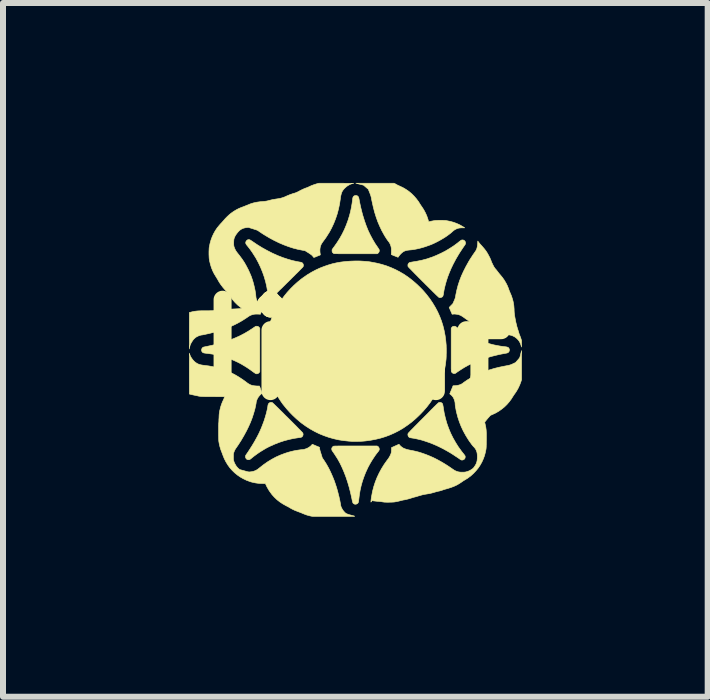
<source format=kicad_pcb>
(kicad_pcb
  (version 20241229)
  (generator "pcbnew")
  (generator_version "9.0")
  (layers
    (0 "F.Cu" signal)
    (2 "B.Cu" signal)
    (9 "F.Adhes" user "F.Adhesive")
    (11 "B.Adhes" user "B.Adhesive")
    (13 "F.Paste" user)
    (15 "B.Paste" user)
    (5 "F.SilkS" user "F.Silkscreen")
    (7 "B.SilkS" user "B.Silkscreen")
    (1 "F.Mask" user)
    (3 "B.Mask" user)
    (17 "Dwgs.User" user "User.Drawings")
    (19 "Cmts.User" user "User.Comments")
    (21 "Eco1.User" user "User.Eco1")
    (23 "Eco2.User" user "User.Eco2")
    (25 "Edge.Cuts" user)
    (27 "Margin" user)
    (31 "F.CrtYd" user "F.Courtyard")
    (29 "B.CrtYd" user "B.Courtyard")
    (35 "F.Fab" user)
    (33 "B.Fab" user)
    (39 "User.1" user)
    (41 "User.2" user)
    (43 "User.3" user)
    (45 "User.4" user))
  (footprint "light"
    (layer "F.Cu")
    (at 2.874 2.781)
    (property "Reference" "light" (at 0 0 0) (layer "F.SilkS") (effects (font (size 1.524 1.524) (thickness 0.3))))
    (attr through_hole)
    (fp_poly (pts (xy -1.629 -0.391) (xy -1.616 -0.385) (xy -1.605 -0.375) (xy -1.601 -0.37) (xy -1.593 -0.358) (xy -1.593 0.365) (xy -1.6 0.376) (xy -1.608 0.386) (xy -1.62 0.394) (xy -1.621 0.395) (xy -1.634 0.4) (xy -1.646 0.401) (xy -1.659 0.398) (xy -1.666 0.394) (xy -1.672 0.391) (xy -1.681 0.384) (xy -1.693 0.376) (xy -1.706 0.367) (xy -1.718 0.358) (xy -1.784 0.311) (xy -1.853 0.267) (xy -1.924 0.226) (xy -1.998 0.19) (xy -2.072 0.158) (xy -2.145 0.131) (xy -2.201 0.113) (xy -2.257 0.098) (xy -2.314 0.085) (xy -2.373 0.074) (xy -2.435 0.065) (xy -2.501 0.057) (xy -2.507 0.056) (xy -2.526 0.053) (xy -2.541 0.047) (xy -2.552 0.038) (xy -2.56 0.025) (xy -2.563 0.016) (xy -2.564 0.002) (xy -2.561 -0.011) (xy -2.556 -0.024) (xy -2.547 -0.035) (xy -2.537 -0.042) (xy -2.536 -0.043) (xy -2.531 -0.044) (xy -2.523 -0.046) (xy -2.51 -0.049) (xy -2.496 -0.052) (xy -2.48 -0.055) (xy -2.471 -0.057) (xy -2.371 -0.079) (xy -2.274 -0.103) (xy -2.182 -0.131) (xy -2.094 -0.161) (xy -2.009 -0.195) (xy -1.928 -0.231) (xy -1.851 -0.271) (xy -1.778 -0.314) (xy -1.73 -0.345) (xy -1.716 -0.354) (xy -1.703 -0.363) (xy -1.691 -0.371) (xy -1.681 -0.378) (xy -1.675 -0.382) (xy -1.667 -0.387) (xy -1.661 -0.391) (xy -1.654 -0.392) (xy -1.646 -0.392) (xy -1.645 -0.392) (xy -1.629 -0.391)) (stroke (width 0.01) (type solid)) (fill yes) (layer "F.SilkS"))
    (fp_poly (pts (xy 0.022 -2.57) (xy 0.033 -2.566) (xy 0.042 -2.559) (xy 0.049 -2.551) (xy 0.055 -2.539) (xy 0.059 -2.524) (xy 0.062 -2.51) (xy 0.068 -2.478) (xy 0.075 -2.442) (xy 0.083 -2.404) (xy 0.092 -2.364) (xy 0.102 -2.324) (xy 0.112 -2.285) (xy 0.122 -2.247) (xy 0.126 -2.234) (xy 0.153 -2.147) (xy 0.182 -2.065) (xy 0.214 -1.986) (xy 0.25 -1.911) (xy 0.288 -1.84) (xy 0.329 -1.771) (xy 0.37 -1.711) (xy 0.38 -1.696) (xy 0.387 -1.685) (xy 0.392 -1.677) (xy 0.396 -1.671) (xy 0.398 -1.666) (xy 0.399 -1.661) (xy 0.399 -1.656) (xy 0.399 -1.652) (xy 0.397 -1.636) (xy 0.39 -1.622) (xy 0.378 -1.61) (xy 0.376 -1.609) (xy 0.365 -1.601) (xy 0.008 -1.601) (xy -0.047 -1.601) (xy -0.098 -1.601) (xy -0.145 -1.601) (xy -0.187 -1.601) (xy -0.224 -1.601) (xy -0.257 -1.601) (xy -0.286 -1.601) (xy -0.309 -1.602) (xy -0.328 -1.602) (xy -0.342 -1.602) (xy -0.351 -1.603) (xy -0.355 -1.603) (xy -0.356 -1.603) (xy -0.367 -1.61) (xy -0.378 -1.62) (xy -0.384 -1.628) (xy -0.387 -1.638) (xy -0.388 -1.649) (xy -0.388 -1.66) (xy -0.387 -1.67) (xy -0.386 -1.672) (xy -0.383 -1.676) (xy -0.378 -1.683) (xy -0.372 -1.693) (xy -0.363 -1.704) (xy -0.358 -1.711) (xy -0.307 -1.783) (xy -0.261 -1.855) (xy -0.22 -1.928) (xy -0.183 -2.003) (xy -0.151 -2.079) (xy -0.122 -2.158) (xy -0.097 -2.239) (xy -0.093 -2.254) (xy -0.082 -2.297) (xy -0.072 -2.343) (xy -0.063 -2.39) (xy -0.055 -2.437) (xy -0.049 -2.481) (xy -0.047 -2.498) (xy -0.045 -2.517) (xy -0.042 -2.531) (xy -0.039 -2.543) (xy -0.034 -2.551) (xy -0.029 -2.558) (xy -0.021 -2.564) (xy -0.02 -2.565) (xy -0.007 -2.57) (xy 0.007 -2.572) (xy 0.022 -2.57)) (stroke (width 0.01) (type solid)) (fill yes) (layer "F.SilkS"))
    (fp_poly (pts (xy 1.655 -0.392) (xy 1.661 -0.391) (xy 1.667 -0.389) (xy 1.673 -0.386) (xy 1.681 -0.381) (xy 1.692 -0.373) (xy 1.705 -0.364) (xy 1.717 -0.354) (xy 1.785 -0.306) (xy 1.857 -0.261) (xy 1.931 -0.22) (xy 2.007 -0.183) (xy 2.086 -0.15) (xy 2.165 -0.122) (xy 2.196 -0.112) (xy 2.253 -0.096) (xy 2.307 -0.082) (xy 2.362 -0.071) (xy 2.417 -0.061) (xy 2.475 -0.053) (xy 2.493 -0.051) (xy 2.512 -0.049) (xy 2.526 -0.046) (xy 2.536 -0.043) (xy 2.544 -0.04) (xy 2.551 -0.036) (xy 2.556 -0.03) (xy 2.561 -0.023) (xy 2.567 -0.009) (xy 2.568 0.006) (xy 2.565 0.021) (xy 2.561 0.031) (xy 2.554 0.039) (xy 2.547 0.046) (xy 2.538 0.051) (xy 2.526 0.054) (xy 2.511 0.058) (xy 2.507 0.058) (xy 2.465 0.066) (xy 2.427 0.073) (xy 2.389 0.081) (xy 2.36 0.088) (xy 2.271 0.11) (xy 2.186 0.135) (xy 2.106 0.162) (xy 2.03 0.19) (xy 1.957 0.221) (xy 1.888 0.255) (xy 1.822 0.291) (xy 1.76 0.33) (xy 1.71 0.363) (xy 1.697 0.372) (xy 1.686 0.38) (xy 1.676 0.387) (xy 1.669 0.392) (xy 1.665 0.394) (xy 1.656 0.396) (xy 1.645 0.396) (xy 1.634 0.395) (xy 1.631 0.393) (xy 1.619 0.387) (xy 1.609 0.377) (xy 1.603 0.368) (xy 1.602 0.367) (xy 1.601 0.365) (xy 1.601 0.363) (xy 1.6 0.36) (xy 1.6 0.356) (xy 1.599 0.351) (xy 1.599 0.345) (xy 1.599 0.337) (xy 1.599 0.327) (xy 1.598 0.314) (xy 1.598 0.3) (xy 1.598 0.282) (xy 1.598 0.261) (xy 1.598 0.238) (xy 1.598 0.21) (xy 1.598 0.179) (xy 1.598 0.144) (xy 1.598 0.105) (xy 1.598 0.061) (xy 1.598 0.013) (xy 1.598 -0.358) (xy 1.606 -0.37) (xy 1.616 -0.382) (xy 1.629 -0.389) (xy 1.644 -0.392) (xy 1.649 -0.392) (xy 1.655 -0.392)) (stroke (width 0.01) (type solid)) (fill yes) (layer "F.SilkS"))
    (fp_poly (pts (xy -1.766 -1.835) (xy -1.757 -1.832) (xy -1.747 -1.826) (xy -1.734 -1.818) (xy -1.722 -1.81) (xy -1.638 -1.753) (xy -1.554 -1.701) (xy -1.469 -1.654) (xy -1.385 -1.611) (xy -1.301 -1.573) (xy -1.218 -1.54) (xy -1.134 -1.512) (xy -1.052 -1.488) (xy -0.97 -1.47) (xy -0.931 -1.463) (xy -0.914 -1.46) (xy -0.901 -1.457) (xy -0.891 -1.453) (xy -0.884 -1.448) (xy -0.878 -1.442) (xy -0.873 -1.435) (xy -0.868 -1.422) (xy -0.866 -1.407) (xy -0.868 -1.393) (xy -0.871 -1.385) (xy -0.874 -1.382) (xy -0.879 -1.375) (xy -0.888 -1.366) (xy -0.9 -1.354) (xy -0.915 -1.339) (xy -0.931 -1.322) (xy -0.95 -1.303) (xy -0.971 -1.282) (xy -0.994 -1.26) (xy -1.017 -1.236) (xy -1.042 -1.212) (xy -1.068 -1.186) (xy -1.094 -1.16) (xy -1.12 -1.134) (xy -1.147 -1.108) (xy -1.173 -1.082) (xy -1.199 -1.056) (xy -1.224 -1.031) (xy -1.249 -1.008) (xy -1.272 -0.985) (xy -1.293 -0.964) (xy -1.313 -0.945) (xy -1.331 -0.927) (xy -1.347 -0.912) (xy -1.36 -0.9) (xy -1.37 -0.89) (xy -1.378 -0.883) (xy -1.382 -0.88) (xy -1.382 -0.879) (xy -1.394 -0.875) (xy -1.407 -0.874) (xy -1.42 -0.876) (xy -1.422 -0.876) (xy -1.432 -0.882) (xy -1.442 -0.89) (xy -1.449 -0.9) (xy -1.451 -0.903) (xy -1.453 -0.909) (xy -1.455 -0.919) (xy -1.457 -0.931) (xy -1.459 -0.946) (xy -1.462 -0.961) (xy -1.476 -1.047) (xy -1.495 -1.131) (xy -1.519 -1.215) (xy -1.548 -1.297) (xy -1.581 -1.377) (xy -1.618 -1.455) (xy -1.659 -1.531) (xy -1.705 -1.603) (xy -1.72 -1.627) (xy -1.734 -1.646) (xy -1.748 -1.666) (xy -1.763 -1.686) (xy -1.778 -1.705) (xy -1.791 -1.722) (xy -1.803 -1.736) (xy -1.805 -1.739) (xy -1.816 -1.753) (xy -1.823 -1.765) (xy -1.827 -1.775) (xy -1.828 -1.785) (xy -1.826 -1.796) (xy -1.826 -1.797) (xy -1.821 -1.809) (xy -1.813 -1.82) (xy -1.802 -1.829) (xy -1.792 -1.834) (xy -1.783 -1.836) (xy -1.774 -1.836) (xy -1.766 -1.835)) (stroke (width 0.01) (type solid)) (fill yes) (layer "F.SilkS"))
    (fp_poly (pts (xy 0.372 1.609) (xy 0.384 1.618) (xy 0.393 1.631) (xy 0.398 1.646) (xy 0.398 1.652) (xy 0.399 1.66) (xy 0.398 1.667) (xy 0.396 1.673) (xy 0.393 1.68) (xy 0.387 1.689) (xy 0.378 1.7) (xy 0.371 1.709) (xy 0.337 1.753) (xy 0.304 1.802) (xy 0.271 1.853) (xy 0.24 1.906) (xy 0.211 1.96) (xy 0.203 1.977) (xy 0.17 2.049) (xy 0.142 2.121) (xy 0.117 2.194) (xy 0.096 2.269) (xy 0.079 2.346) (xy 0.066 2.426) (xy 0.056 2.508) (xy 0.055 2.522) (xy 0.052 2.535) (xy 0.049 2.546) (xy 0.047 2.549) (xy 0.038 2.561) (xy 0.026 2.569) (xy 0.012 2.574) (xy -0.002 2.575) (xy -0.017 2.572) (xy -0.02 2.57) (xy -0.027 2.566) (xy -0.032 2.562) (xy -0.037 2.558) (xy -0.04 2.552) (xy -0.044 2.544) (xy -0.047 2.534) (xy -0.05 2.521) (xy -0.054 2.504) (xy -0.058 2.482) (xy -0.058 2.482) (xy -0.079 2.387) (xy -0.102 2.296) (xy -0.128 2.207) (xy -0.156 2.123) (xy -0.187 2.042) (xy -0.22 1.965) (xy -0.255 1.892) (xy -0.287 1.834) (xy -0.295 1.82) (xy -0.305 1.804) (xy -0.316 1.787) (xy -0.328 1.769) (xy -0.339 1.751) (xy -0.351 1.734) (xy -0.361 1.718) (xy -0.37 1.706) (xy -0.375 1.699) (xy -0.383 1.687) (xy -0.389 1.678) (xy -0.392 1.669) (xy -0.393 1.66) (xy -0.394 1.654) (xy -0.393 1.644) (xy -0.391 1.637) (xy -0.387 1.629) (xy -0.385 1.627) (xy -0.378 1.618) (xy -0.37 1.611) (xy -0.367 1.609) (xy -0.366 1.609) (xy -0.364 1.608) (xy -0.362 1.607) (xy -0.359 1.607) (xy -0.356 1.606) (xy -0.351 1.606) (xy -0.345 1.606) (xy -0.338 1.605) (xy -0.328 1.605) (xy -0.316 1.605) (xy -0.302 1.605) (xy -0.286 1.604) (xy -0.266 1.604) (xy -0.243 1.604) (xy -0.217 1.604) (xy -0.187 1.604) (xy -0.153 1.604) (xy -0.115 1.604) (xy -0.073 1.604) (xy -0.025 1.604) (xy 0.362 1.604) (xy 0.372 1.609)) (stroke (width 0.01) (type solid)) (fill yes) (layer "F.SilkS"))
    (fp_poly (pts (xy -1.386 0.88) (xy -1.385 0.88) (xy -1.382 0.882) (xy -1.376 0.888) (xy -1.366 0.897) (xy -1.354 0.908) (xy -1.339 0.923) (xy -1.322 0.939) (xy -1.303 0.958) (xy -1.282 0.978) (xy -1.26 1) (xy -1.236 1.024) (xy -1.211 1.048) (xy -1.186 1.074) (xy -1.16 1.1) (xy -1.133 1.126) (xy -1.107 1.152) (xy -1.081 1.178) (xy -1.055 1.204) (xy -1.03 1.229) (xy -1.006 1.253) (xy -0.983 1.276) (xy -0.962 1.298) (xy -0.943 1.318) (xy -0.925 1.335) (xy -0.91 1.351) (xy -0.897 1.364) (xy -0.887 1.375) (xy -0.88 1.382) (xy -0.877 1.387) (xy -0.876 1.387) (xy -0.872 1.401) (xy -0.871 1.416) (xy -0.875 1.43) (xy -0.879 1.438) (xy -0.884 1.446) (xy -0.891 1.452) (xy -0.899 1.457) (xy -0.909 1.46) (xy -0.923 1.463) (xy -0.935 1.464) (xy -1.021 1.477) (xy -1.105 1.495) (xy -1.188 1.517) (xy -1.27 1.544) (xy -1.351 1.576) (xy -1.431 1.612) (xy -1.445 1.619) (xy -1.493 1.644) (xy -1.541 1.673) (xy -1.59 1.703) (xy -1.638 1.736) (xy -1.683 1.769) (xy -1.725 1.802) (xy -1.726 1.804) (xy -1.737 1.812) (xy -1.747 1.82) (xy -1.755 1.826) (xy -1.76 1.829) (xy -1.774 1.833) (xy -1.789 1.833) (xy -1.802 1.829) (xy -1.815 1.821) (xy -1.824 1.809) (xy -1.83 1.796) (xy -1.832 1.781) (xy -1.831 1.772) (xy -1.829 1.764) (xy -1.824 1.755) (xy -1.821 1.75) (xy -1.814 1.74) (xy -1.804 1.726) (xy -1.793 1.71) (xy -1.781 1.692) (xy -1.769 1.673) (xy -1.757 1.655) (xy -1.746 1.637) (xy -1.736 1.622) (xy -1.734 1.619) (xy -1.709 1.578) (xy -1.683 1.535) (xy -1.658 1.49) (xy -1.634 1.446) (xy -1.612 1.403) (xy -1.593 1.363) (xy -1.592 1.36) (xy -1.567 1.304) (xy -1.544 1.245) (xy -1.522 1.186) (xy -1.503 1.126) (xy -1.486 1.067) (xy -1.472 1.01) (xy -1.461 0.956) (xy -1.458 0.933) (xy -1.456 0.922) (xy -1.453 0.912) (xy -1.45 0.905) (xy -1.45 0.904) (xy -1.441 0.892) (xy -1.429 0.883) (xy -1.416 0.878) (xy -1.401 0.877) (xy -1.386 0.88)) (stroke (width 0.01) (type solid)) (fill yes) (layer "F.SilkS"))
    (fp_poly (pts (xy 1.424 0.879) (xy 1.438 0.885) (xy 1.448 0.894) (xy 1.454 0.902) (xy 1.456 0.907) (xy 1.458 0.916) (xy 1.46 0.928) (xy 1.463 0.943) (xy 1.466 0.96) (xy 1.467 0.97) (xy 1.482 1.058) (xy 1.502 1.144) (xy 1.526 1.228) (xy 1.555 1.309) (xy 1.588 1.389) (xy 1.627 1.468) (xy 1.67 1.544) (xy 1.717 1.619) (xy 1.77 1.692) (xy 1.796 1.725) (xy 1.806 1.737) (xy 1.814 1.748) (xy 1.821 1.757) (xy 1.826 1.764) (xy 1.828 1.767) (xy 1.831 1.776) (xy 1.831 1.787) (xy 1.83 1.799) (xy 1.827 1.809) (xy 1.826 1.812) (xy 1.816 1.824) (xy 1.805 1.832) (xy 1.791 1.837) (xy 1.777 1.839) (xy 1.764 1.836) (xy 1.759 1.834) (xy 1.751 1.829) (xy 1.742 1.823) (xy 1.736 1.819) (xy 1.727 1.812) (xy 1.713 1.803) (xy 1.697 1.792) (xy 1.679 1.78) (xy 1.66 1.768) (xy 1.641 1.755) (xy 1.623 1.743) (xy 1.605 1.732) (xy 1.591 1.723) (xy 1.521 1.682) (xy 1.449 1.643) (xy 1.378 1.608) (xy 1.306 1.576) (xy 1.235 1.548) (xy 1.165 1.524) (xy 1.097 1.503) (xy 1.03 1.487) (xy 0.965 1.474) (xy 0.955 1.473) (xy 0.938 1.47) (xy 0.924 1.468) (xy 0.914 1.466) (xy 0.907 1.464) (xy 0.901 1.461) (xy 0.897 1.458) (xy 0.894 1.456) (xy 0.885 1.446) (xy 0.879 1.432) (xy 0.876 1.418) (xy 0.877 1.404) (xy 0.88 1.394) (xy 0.883 1.39) (xy 0.889 1.384) (xy 0.897 1.375) (xy 0.909 1.363) (xy 0.922 1.348) (xy 0.938 1.332) (xy 0.955 1.315) (xy 0.974 1.296) (xy 0.993 1.276) (xy 0.994 1.275) (xy 1.015 1.254) (xy 1.039 1.23) (xy 1.065 1.203) (xy 1.093 1.175) (xy 1.122 1.146) (xy 1.152 1.116) (xy 1.181 1.087) (xy 1.209 1.059) (xy 1.235 1.032) (xy 1.244 1.023) (xy 1.269 0.997) (xy 1.292 0.975) (xy 1.311 0.955) (xy 1.328 0.939) (xy 1.342 0.925) (xy 1.354 0.913) (xy 1.364 0.904) (xy 1.372 0.896) (xy 1.378 0.891) (xy 1.383 0.886) (xy 1.387 0.883) (xy 1.39 0.881) (xy 1.393 0.88) (xy 1.395 0.879) (xy 1.396 0.879) (xy 1.41 0.877) (xy 1.424 0.879)) (stroke (width 0.01) (type solid)) (fill yes) (layer "F.SilkS"))
    (fp_poly (pts (xy 1.798 -1.83) (xy 1.812 -1.824) (xy 1.824 -1.814) (xy 1.828 -1.808) (xy 1.833 -1.8) (xy 1.835 -1.793) (xy 1.836 -1.784) (xy 1.836 -1.779) (xy 1.836 -1.772) (xy 1.836 -1.766) (xy 1.834 -1.761) (xy 1.83 -1.755) (xy 1.825 -1.746) (xy 1.82 -1.739) (xy 1.79 -1.696) (xy 1.763 -1.655) (xy 1.738 -1.617) (xy 1.715 -1.579) (xy 1.693 -1.542) (xy 1.671 -1.504) (xy 1.667 -1.496) (xy 1.63 -1.426) (xy 1.596 -1.355) (xy 1.566 -1.284) (xy 1.539 -1.214) (xy 1.516 -1.143) (xy 1.497 -1.074) (xy 1.481 -1.007) (xy 1.473 -0.96) (xy 1.47 -0.939) (xy 1.467 -0.922) (xy 1.464 -0.909) (xy 1.461 -0.9) (xy 1.458 -0.892) (xy 1.454 -0.887) (xy 1.45 -0.883) (xy 1.444 -0.879) (xy 1.438 -0.876) (xy 1.423 -0.87) (xy 1.408 -0.869) (xy 1.394 -0.873) (xy 1.393 -0.874) (xy 1.39 -0.876) (xy 1.384 -0.882) (xy 1.374 -0.891) (xy 1.362 -0.902) (xy 1.347 -0.916) (xy 1.33 -0.933) (xy 1.311 -0.952) (xy 1.29 -0.972) (xy 1.268 -0.995) (xy 1.244 -1.018) (xy 1.219 -1.043) (xy 1.194 -1.068) (xy 1.167 -1.094) (xy 1.141 -1.121) (xy 1.114 -1.147) (xy 1.088 -1.174) (xy 1.062 -1.199) (xy 1.037 -1.225) (xy 1.013 -1.249) (xy 0.99 -1.272) (xy 0.969 -1.294) (xy 0.949 -1.314) (xy 0.931 -1.333) (xy 0.915 -1.349) (xy 0.902 -1.362) (xy 0.892 -1.373) (xy 0.884 -1.381) (xy 0.88 -1.386) (xy 0.879 -1.388) (xy 0.877 -1.394) (xy 0.877 -1.403) (xy 0.876 -1.41) (xy 0.877 -1.419) (xy 0.879 -1.427) (xy 0.884 -1.435) (xy 0.885 -1.437) (xy 0.891 -1.444) (xy 0.898 -1.451) (xy 0.902 -1.453) (xy 0.907 -1.455) (xy 0.917 -1.457) (xy 0.929 -1.46) (xy 0.943 -1.462) (xy 0.947 -1.463) (xy 1.032 -1.477) (xy 1.114 -1.494) (xy 1.193 -1.515) (xy 1.269 -1.541) (xy 1.344 -1.57) (xy 1.418 -1.604) (xy 1.435 -1.612) (xy 1.508 -1.65) (xy 1.576 -1.691) (xy 1.641 -1.733) (xy 1.702 -1.778) (xy 1.725 -1.797) (xy 1.739 -1.808) (xy 1.75 -1.816) (xy 1.758 -1.822) (xy 1.764 -1.826) (xy 1.769 -1.828) (xy 1.774 -1.83) (xy 1.78 -1.831) (xy 1.783 -1.831) (xy 1.798 -1.83)) (stroke (width 0.01) (type solid)) (fill yes) (layer "F.SilkS"))
    (fp_poly (pts (xy 0.661 -2.768) (xy 0.672 -2.763) (xy 0.684 -2.756) (xy 0.694 -2.75) (xy 0.704 -2.745) (xy 0.716 -2.739) (xy 0.73 -2.733) (xy 0.738 -2.729) (xy 0.792 -2.704) (xy 0.843 -2.674) (xy 0.891 -2.641) (xy 0.937 -2.603) (xy 0.979 -2.561) (xy 1.018 -2.516) (xy 1.054 -2.468) (xy 1.072 -2.438) (xy 1.081 -2.424) (xy 1.091 -2.409) (xy 1.101 -2.394) (xy 1.107 -2.386) (xy 1.139 -2.337) (xy 1.167 -2.285) (xy 1.191 -2.232) (xy 1.21 -2.177) (xy 1.219 -2.144) (xy 1.221 -2.137) (xy 1.223 -2.135) (xy 1.227 -2.134) (xy 1.229 -2.135) (xy 1.247 -2.139) (xy 1.268 -2.144) (xy 1.29 -2.148) (xy 1.31 -2.152) (xy 1.317 -2.153) (xy 1.332 -2.155) (xy 1.35 -2.156) (xy 1.372 -2.157) (xy 1.396 -2.158) (xy 1.42 -2.158) (xy 1.445 -2.158) (xy 1.468 -2.157) (xy 1.489 -2.156) (xy 1.507 -2.155) (xy 1.518 -2.153) (xy 1.579 -2.141) (xy 1.638 -2.125) (xy 1.694 -2.104) (xy 1.747 -2.079) (xy 1.797 -2.05) (xy 1.8 -2.048) (xy 1.823 -2.033) (xy 1.785 -2.033) (xy 1.752 -2.032) (xy 1.724 -2.028) (xy 1.698 -2.021) (xy 1.674 -2.01) (xy 1.651 -1.997) (xy 1.628 -1.979) (xy 1.619 -1.971) (xy 1.592 -1.947) (xy 1.561 -1.923) (xy 1.527 -1.898) (xy 1.49 -1.873) (xy 1.45 -1.849) (xy 1.409 -1.825) (xy 1.368 -1.803) (xy 1.326 -1.782) (xy 1.285 -1.763) (xy 1.251 -1.749) (xy 1.206 -1.733) (xy 1.16 -1.717) (xy 1.114 -1.703) (xy 1.069 -1.691) (xy 1.025 -1.681) (xy 0.983 -1.673) (xy 0.944 -1.667) (xy 0.91 -1.664) (xy 0.883 -1.661) (xy 0.861 -1.658) (xy 0.841 -1.653) (xy 0.824 -1.647) (xy 0.807 -1.639) (xy 0.794 -1.631) (xy 0.774 -1.615) (xy 0.754 -1.596) (xy 0.736 -1.575) (xy 0.727 -1.563) (xy 0.721 -1.554) (xy 0.716 -1.547) (xy 0.712 -1.543) (xy 0.711 -1.542) (xy 0.709 -1.543) (xy 0.702 -1.546) (xy 0.692 -1.55) (xy 0.679 -1.555) (xy 0.664 -1.561) (xy 0.654 -1.565) (xy 0.638 -1.571) (xy 0.624 -1.577) (xy 0.613 -1.582) (xy 0.604 -1.586) (xy 0.6 -1.589) (xy 0.599 -1.59) (xy 0.6 -1.597) (xy 0.6 -1.607) (xy 0.601 -1.621) (xy 0.601 -1.636) (xy 0.601 -1.652) (xy 0.601 -1.667) (xy 0.601 -1.68) (xy 0.6 -1.691) (xy 0.6 -1.694) (xy 0.595 -1.719) (xy 0.588 -1.743) (xy 0.579 -1.765) (xy 0.568 -1.785) (xy 0.557 -1.801) (xy 0.554 -1.805) (xy 0.548 -1.812) (xy 0.539 -1.824) (xy 0.529 -1.838) (xy 0.518 -1.854) (xy 0.507 -1.872) (xy 0.495 -1.89) (xy 0.484 -1.909) (xy 0.477 -1.921) (xy 0.44 -1.988) (xy 0.406 -2.06) (xy 0.374 -2.135) (xy 0.346 -2.214) (xy 0.32 -2.297) (xy 0.298 -2.384) (xy 0.278 -2.474) (xy 0.27 -2.512) (xy 0.268 -2.528) (xy 0.265 -2.541) (xy 0.262 -2.552) (xy 0.259 -2.563) (xy 0.256 -2.574) (xy 0.251 -2.586) (xy 0.246 -2.601) (xy 0.239 -2.619) (xy 0.216 -2.676) (xy 0.176 -2.71) (xy 0.137 -2.744) (xy 0.073 -2.76) (xy 0.009 -2.776) (xy 0.645 -2.776) (xy 0.661 -2.768)) (stroke (width 0.01) (type solid)) (fill yes) (layer "F.SilkS"))
    (fp_poly (pts (xy 0.068 -1.48) (xy 0.088 -1.479) (xy 0.121 -1.477) (xy 0.149 -1.475) (xy 0.176 -1.473) (xy 0.201 -1.471) (xy 0.226 -1.468) (xy 0.253 -1.464) (xy 0.268 -1.461) (xy 0.353 -1.445) (xy 0.435 -1.425) (xy 0.516 -1.4) (xy 0.594 -1.37) (xy 0.67 -1.336) (xy 0.744 -1.297) (xy 0.817 -1.254) (xy 0.888 -1.205) (xy 0.923 -1.178) (xy 0.963 -1.146) (xy 1.005 -1.11) (xy 1.046 -1.072) (xy 1.086 -1.033) (xy 1.125 -0.993) (xy 1.16 -0.953) (xy 1.186 -0.922) (xy 1.24 -0.852) (xy 1.288 -0.781) (xy 1.332 -0.708) (xy 1.372 -0.633) (xy 1.406 -0.557) (xy 1.436 -0.479) (xy 1.461 -0.399) (xy 1.481 -0.317) (xy 1.497 -0.233) (xy 1.508 -0.147) (xy 1.514 -0.082) (xy 1.515 -0.066) (xy 1.515 -0.046) (xy 1.516 -0.023) (xy 1.516 0.002) (xy 1.516 0.028) (xy 1.516 0.054) (xy 1.515 0.08) (xy 1.515 0.105) (xy 1.514 0.127) (xy 1.513 0.147) (xy 1.512 0.162) (xy 1.511 0.168) (xy 1.503 0.238) (xy 1.492 0.305) (xy 1.48 0.368) (xy 1.464 0.43) (xy 1.446 0.49) (xy 1.433 0.53) (xy 1.404 0.603) (xy 1.371 0.676) (xy 1.333 0.748) (xy 1.29 0.818) (xy 1.243 0.887) (xy 1.192 0.953) (xy 1.136 1.018) (xy 1.077 1.08) (xy 1.014 1.14) (xy 1.001 1.152) (xy 0.934 1.209) (xy 0.865 1.26) (xy 0.796 1.307) (xy 0.725 1.349) (xy 0.652 1.386) (xy 0.578 1.419) (xy 0.501 1.448) (xy 0.423 1.472) (xy 0.341 1.492) (xy 0.257 1.508) (xy 0.17 1.52) (xy 0.137 1.523) (xy 0.124 1.524) (xy 0.108 1.525) (xy 0.089 1.526) (xy 0.068 1.526) (xy 0.047 1.527) (xy 0.025 1.528) (xy 0.004 1.528) (xy -0.015 1.528) (xy -0.031 1.528) (xy -0.045 1.528) (xy -0.053 1.528) (xy -0.06 1.527) (xy -0.07 1.526) (xy -0.083 1.525) (xy -0.098 1.524) (xy -0.103 1.524) (xy -0.19 1.515) (xy -0.276 1.502) (xy -0.36 1.483) (xy -0.442 1.46) (xy -0.522 1.432) (xy -0.601 1.4) (xy -0.678 1.362) (xy -0.753 1.32) (xy -0.825 1.274) (xy -0.896 1.223) (xy -0.921 1.203) (xy -0.98 1.153) (xy -1.037 1.1) (xy -1.092 1.044) (xy -1.144 0.986) (xy -1.192 0.927) (xy -1.209 0.906) (xy -1.242 0.859) (xy -1.272 0.813) (xy -1.3 0.768) (xy -1.326 0.72) (xy -1.348 0.677) (xy -1.376 0.617) (xy -1.4 0.556) (xy -1.421 0.496) (xy -1.44 0.435) (xy -1.455 0.372) (xy -1.468 0.306) (xy -1.479 0.237) (xy -1.485 0.184) (xy -1.486 0.17) (xy -1.487 0.151) (xy -1.488 0.129) (xy -1.489 0.104) (xy -1.489 0.077) (xy -1.49 0.049) (xy -1.49 0.02) (xy -1.49 -0.009) (xy -1.49 -0.036) (xy -1.489 -0.062) (xy -1.488 -0.085) (xy -1.488 -0.105) (xy -1.487 -0.121) (xy -1.486 -0.123) (xy -1.478 -0.2) (xy -1.466 -0.274) (xy -1.451 -0.345) (xy -1.433 -0.414) (xy -1.411 -0.482) (xy -1.385 -0.55) (xy -1.356 -0.618) (xy -1.351 -0.628) (xy -1.317 -0.696) (xy -1.278 -0.763) (xy -1.234 -0.829) (xy -1.187 -0.894) (xy -1.136 -0.957) (xy -1.081 -1.017) (xy -1.023 -1.075) (xy -0.963 -1.129) (xy -0.9 -1.18) (xy -0.867 -1.204) (xy -0.801 -1.25) (xy -0.733 -1.291) (xy -0.664 -1.328) (xy -0.593 -1.361) (xy -0.519 -1.39) (xy -0.452 -1.413) (xy -0.385 -1.433) (xy -0.315 -1.449) (xy -0.242 -1.462) (xy -0.167 -1.471) (xy -0.089 -1.477) (xy -0.011 -1.48) (xy 0.068 -1.48)) (stroke (width 0.01) (type solid)) (fill yes) (layer "F.SilkS"))
    (fp_poly (pts (xy 2.061 -1.786) (xy 2.071 -1.773) (xy 2.083 -1.759) (xy 2.096 -1.745) (xy 2.107 -1.733) (xy 2.132 -1.704) (xy 2.155 -1.677) (xy 2.176 -1.649) (xy 2.191 -1.627) (xy 2.203 -1.607) (xy 2.216 -1.584) (xy 2.229 -1.559) (xy 2.242 -1.535) (xy 2.252 -1.511) (xy 2.261 -1.49) (xy 2.262 -1.487) (xy 2.268 -1.47) (xy 2.276 -1.451) (xy 2.286 -1.431) (xy 2.295 -1.412) (xy 2.304 -1.395) (xy 2.312 -1.38) (xy 2.314 -1.378) (xy 2.321 -1.367) (xy 2.33 -1.355) (xy 2.338 -1.345) (xy 2.346 -1.337) (xy 2.354 -1.326) (xy 2.364 -1.314) (xy 2.37 -1.305) (xy 2.38 -1.293) (xy 2.391 -1.278) (xy 2.403 -1.264) (xy 2.413 -1.252) (xy 2.451 -1.206) (xy 2.484 -1.159) (xy 2.512 -1.111) (xy 2.518 -1.1) (xy 2.526 -1.084) (xy 2.533 -1.07) (xy 2.539 -1.056) (xy 2.545 -1.041) (xy 2.552 -1.024) (xy 2.559 -1.003) (xy 2.565 -0.987) (xy 2.572 -0.97) (xy 2.579 -0.953) (xy 2.585 -0.939) (xy 2.586 -0.937) (xy 2.596 -0.914) (xy 2.606 -0.887) (xy 2.615 -0.859) (xy 2.623 -0.832) (xy 2.63 -0.806) (xy 2.63 -0.805) (xy 2.635 -0.781) (xy 2.639 -0.758) (xy 2.642 -0.736) (xy 2.644 -0.713) (xy 2.646 -0.687) (xy 2.647 -0.666) (xy 2.647 -0.65) (xy 2.648 -0.635) (xy 2.649 -0.623) (xy 2.649 -0.614) (xy 2.65 -0.609) (xy 2.65 -0.608) (xy 2.651 -0.605) (xy 2.652 -0.597) (xy 2.653 -0.588) (xy 2.654 -0.579) (xy 2.656 -0.564) (xy 2.659 -0.547) (xy 2.662 -0.53) (xy 2.663 -0.524) (xy 2.666 -0.51) (xy 2.669 -0.495) (xy 2.671 -0.482) (xy 2.672 -0.476) (xy 2.675 -0.463) (xy 2.678 -0.449) (xy 2.681 -0.437) (xy 2.684 -0.426) (xy 2.688 -0.412) (xy 2.691 -0.397) (xy 2.692 -0.392) (xy 2.695 -0.38) (xy 2.7 -0.365) (xy 2.705 -0.349) (xy 2.71 -0.333) (xy 2.71 -0.331) (xy 2.715 -0.318) (xy 2.719 -0.304) (xy 2.723 -0.292) (xy 2.725 -0.284) (xy 2.725 -0.282) (xy 2.728 -0.274) (xy 2.732 -0.262) (xy 2.736 -0.25) (xy 2.74 -0.242) (xy 2.745 -0.229) (xy 2.751 -0.213) (xy 2.757 -0.197) (xy 2.761 -0.184) (xy 2.771 -0.152) (xy 2.771 -0.093) (xy 2.77 -0.074) (xy 2.77 -0.06) (xy 2.769 -0.051) (xy 2.769 -0.046) (xy 2.768 -0.046) (xy 2.768 -0.049) (xy 2.761 -0.079) (xy 2.75 -0.108) (xy 2.735 -0.137) (xy 2.716 -0.163) (xy 2.693 -0.187) (xy 2.681 -0.197) (xy 2.655 -0.216) (xy 2.627 -0.23) (xy 2.597 -0.241) (xy 2.564 -0.248) (xy 2.54 -0.251) (xy 2.482 -0.258) (xy 2.422 -0.268) (xy 2.362 -0.28) (xy 2.301 -0.295) (xy 2.243 -0.312) (xy 2.221 -0.319) (xy 2.148 -0.345) (xy 2.078 -0.376) (xy 2.008 -0.41) (xy 1.94 -0.449) (xy 1.873 -0.493) (xy 1.824 -0.528) (xy 1.806 -0.541) (xy 1.791 -0.551) (xy 1.779 -0.559) (xy 1.769 -0.565) (xy 1.76 -0.571) (xy 1.75 -0.575) (xy 1.742 -0.578) (xy 1.721 -0.586) (xy 1.697 -0.591) (xy 1.673 -0.594) (xy 1.65 -0.596) (xy 1.629 -0.594) (xy 1.625 -0.594) (xy 1.614 -0.592) (xy 1.564 -0.706) (xy 1.625 -0.768) (xy 1.643 -0.808) (xy 1.65 -0.824) (xy 1.656 -0.837) (xy 1.66 -0.849) (xy 1.664 -0.86) (xy 1.667 -0.872) (xy 1.67 -0.885) (xy 1.673 -0.902) (xy 1.676 -0.921) (xy 1.692 -0.996) (xy 1.712 -1.073) (xy 1.737 -1.15) (xy 1.767 -1.228) (xy 1.803 -1.307) (xy 1.843 -1.386) (xy 1.888 -1.467) (xy 1.907 -1.499) (xy 1.918 -1.516) (xy 1.93 -1.535) (xy 1.943 -1.554) (xy 1.955 -1.574) (xy 1.968 -1.592) (xy 1.979 -1.608) (xy 1.988 -1.621) (xy 1.995 -1.631) (xy 2.011 -1.655) (xy 2.024 -1.683) (xy 2.032 -1.714) (xy 2.038 -1.75) (xy 2.039 -1.773) (xy 2.041 -1.812) (xy 2.061 -1.786)) (stroke (width 0.01) (type solid)) (fill yes) (layer "F.SilkS"))
    (fp_poly (pts (xy 2.771 0.256) (xy 2.771 0.498) (xy 2.761 0.53) (xy 2.741 0.584) (xy 2.717 0.636) (xy 2.689 0.686) (xy 2.659 0.731) (xy 2.653 0.739) (xy 2.645 0.75) (xy 2.638 0.761) (xy 2.632 0.771) (xy 2.631 0.771) (xy 2.6 0.821) (xy 2.565 0.868) (xy 2.527 0.912) (xy 2.485 0.953) (xy 2.439 0.99) (xy 2.391 1.024) (xy 2.341 1.053) (xy 2.288 1.078) (xy 2.281 1.081) (xy 2.267 1.087) (xy 2.256 1.092) (xy 2.25 1.097) (xy 2.245 1.101) (xy 2.241 1.106) (xy 2.235 1.113) (xy 2.226 1.123) (xy 2.217 1.133) (xy 2.216 1.134) (xy 2.208 1.143) (xy 2.199 1.154) (xy 2.189 1.166) (xy 2.18 1.177) (xy 2.171 1.188) (xy 2.164 1.197) (xy 2.159 1.205) (xy 2.157 1.209) (xy 2.156 1.209) (xy 2.157 1.212) (xy 2.159 1.219) (xy 2.161 1.229) (xy 2.164 1.241) (xy 2.164 1.242) (xy 2.168 1.261) (xy 2.172 1.277) (xy 2.175 1.293) (xy 2.177 1.308) (xy 2.179 1.323) (xy 2.181 1.339) (xy 2.182 1.357) (xy 2.183 1.376) (xy 2.184 1.398) (xy 2.184 1.423) (xy 2.184 1.452) (xy 2.184 1.485) (xy 2.184 1.5) (xy 2.183 1.531) (xy 2.183 1.557) (xy 2.183 1.579) (xy 2.182 1.598) (xy 2.182 1.614) (xy 2.181 1.629) (xy 2.18 1.641) (xy 2.179 1.653) (xy 2.177 1.664) (xy 2.175 1.675) (xy 2.172 1.688) (xy 2.169 1.701) (xy 2.168 1.709) (xy 2.153 1.766) (xy 2.133 1.82) (xy 2.109 1.873) (xy 2.08 1.924) (xy 2.048 1.972) (xy 2.011 2.017) (xy 1.971 2.06) (xy 1.928 2.099) (xy 1.882 2.134) (xy 1.833 2.166) (xy 1.82 2.173) (xy 1.811 2.178) (xy 1.799 2.186) (xy 1.787 2.194) (xy 1.776 2.202) (xy 1.734 2.23) (xy 1.693 2.254) (xy 1.65 2.274) (xy 1.604 2.292) (xy 1.555 2.308) (xy 1.534 2.314) (xy 1.518 2.319) (xy 1.499 2.324) (xy 1.479 2.33) (xy 1.461 2.336) (xy 1.457 2.338) (xy 1.44 2.343) (xy 1.422 2.349) (xy 1.404 2.354) (xy 1.389 2.357) (xy 1.384 2.358) (xy 1.369 2.362) (xy 1.352 2.366) (xy 1.334 2.371) (xy 1.317 2.376) (xy 1.316 2.376) (xy 1.275 2.388) (xy 1.237 2.397) (xy 1.2 2.403) (xy 1.194 2.404) (xy 1.157 2.41) (xy 1.118 2.418) (xy 1.08 2.429) (xy 1.055 2.436) (xy 1.039 2.441) (xy 1.022 2.446) (xy 1.006 2.451) (xy 0.992 2.454) (xy 0.989 2.455) (xy 0.975 2.459) (xy 0.959 2.463) (xy 0.942 2.469) (xy 0.928 2.473) (xy 0.889 2.485) (xy 0.85 2.495) (xy 0.812 2.503) (xy 0.808 2.503) (xy 0.794 2.506) (xy 0.78 2.509) (xy 0.767 2.512) (xy 0.762 2.513) (xy 0.745 2.518) (xy 0.725 2.523) (xy 0.703 2.528) (xy 0.681 2.532) (xy 0.661 2.536) (xy 0.659 2.536) (xy 0.648 2.538) (xy 0.633 2.539) (xy 0.615 2.54) (xy 0.594 2.541) (xy 0.573 2.541) (xy 0.551 2.542) (xy 0.53 2.542) (xy 0.511 2.541) (xy 0.495 2.541) (xy 0.483 2.54) (xy 0.48 2.54) (xy 0.468 2.538) (xy 0.454 2.536) (xy 0.44 2.534) (xy 0.439 2.533) (xy 0.429 2.532) (xy 0.415 2.53) (xy 0.399 2.529) (xy 0.383 2.527) (xy 0.38 2.527) (xy 0.362 2.526) (xy 0.344 2.524) (xy 0.326 2.522) (xy 0.309 2.52) (xy 0.294 2.518) (xy 0.284 2.516) (xy 0.283 2.516) (xy 0.279 2.516) (xy 0.276 2.518) (xy 0.271 2.524) (xy 0.269 2.527) (xy 0.265 2.534) (xy 0.261 2.538) (xy 0.26 2.539) (xy 0.259 2.536) (xy 0.26 2.528) (xy 0.261 2.518) (xy 0.262 2.504) (xy 0.264 2.488) (xy 0.266 2.471) (xy 0.269 2.454) (xy 0.271 2.443) (xy 0.286 2.362) (xy 0.307 2.282) (xy 0.332 2.205) (xy 0.362 2.129) (xy 0.397 2.055) (xy 0.436 1.983) (xy 0.48 1.912) (xy 0.529 1.843) (xy 0.533 1.838) (xy 0.555 1.808) (xy 0.572 1.78) (xy 0.585 1.754) (xy 0.595 1.729) (xy 0.597 1.721) (xy 0.6 1.71) (xy 0.601 1.698) (xy 0.602 1.685) (xy 0.603 1.669) (xy 0.603 1.666) (xy 0.603 1.631) (xy 0.728 1.575) (xy 0.735 1.585) (xy 0.752 1.604) (xy 0.771 1.62) (xy 0.791 1.634) (xy 0.791 1.634) (xy 0.805 1.642) (xy 0.82 1.648) (xy 0.836 1.654) (xy 0.854 1.66) (xy 0.876 1.666) (xy 0.9 1.671) (xy 0.929 1.677) (xy 0.947 1.68) (xy 1.003 1.692) (xy 1.061 1.707) (xy 1.12 1.726) (xy 1.181 1.748) (xy 1.243 1.773) (xy 1.304 1.8) (xy 1.308 1.802) (xy 1.344 1.82) (xy 1.38 1.839) (xy 1.416 1.859) (xy 1.453 1.88) (xy 1.491 1.903) (xy 1.531 1.928) (xy 1.573 1.956) (xy 1.618 1.987) (xy 1.646 2.006) (xy 1.662 2.015) (xy 1.682 2.024) (xy 1.705 2.032) (xy 1.721 2.036) (xy 1.734 2.038) (xy 1.751 2.04) (xy 1.77 2.041) (xy 1.789 2.041) (xy 1.808 2.041) (xy 1.825 2.039) (xy 1.839 2.037) (xy 1.844 2.036) (xy 1.869 2.029) (xy 1.891 2.021) (xy 1.911 2.011) (xy 1.93 2) (xy 1.939 1.994) (xy 1.952 1.985) (xy 1.962 1.977) (xy 1.97 1.969) (xy 1.978 1.959) (xy 1.987 1.946) (xy 2.003 1.922) (xy 2.015 1.898) (xy 2.024 1.873) (xy 2.03 1.847) (xy 2.033 1.817) (xy 2.034 1.799) (xy 2.034 1.774) (xy 2.033 1.752) (xy 2.031 1.732) (xy 2.028 1.714) (xy 2.023 1.696) (xy 2.022 1.694) (xy 2.012 1.669) (xy 1.999 1.647) (xy 1.983 1.627) (xy 1.977 1.621) (xy 1.965 1.609) (xy 1.951 1.592) (xy 1.936 1.573) (xy 1.92 1.55) (xy 1.902 1.526) (xy 1.885 1.5) (xy 1.884 1.499) (xy 1.839 1.426) (xy 1.799 1.353) (xy 1.764 1.278) (xy 1.734 1.202) (xy 1.708 1.123) (xy 1.687 1.043) (xy 1.68 1.011) (xy 1.676 0.987) (xy 1.671 0.964) (xy 1.668 0.944) (xy 1.665 0.926) (xy 1.664 0.911) (xy 1.664 0.903) (xy 1.662 0.88) (xy 1.657 0.856) (xy 1.649 0.831) (xy 1.639 0.808) (xy 1.633 0.796) (xy 1.627 0.787) (xy 1.618 0.776) (xy 1.608 0.764) (xy 1.597 0.754) (xy 1.587 0.745) (xy 1.581 0.74) (xy 1.574 0.735) (xy 1.629 0.6) (xy 1.661 0.599) (xy 1.696 0.595) (xy 1.729 0.588) (xy 1.758 0.577) (xy 1.783 0.564) (xy 1.8 0.551) (xy 1.808 0.544) (xy 1.82 0.536) (xy 1.834 0.526) (xy 1.851 0.515) (xy 1.868 0.503) (xy 1.887 0.492) (xy 1.904 0.481) (xy 1.921 0.471) (xy 1.934 0.463) (xy 2.003 0.428) (xy 2.075 0.395) (xy 2.151 0.364) (xy 2.231 0.337) (xy 2.313 0.312) (xy 2.398 0.291) (xy 2.486 0.273) (xy 2.518 0.267) (xy 2.538 0.263) (xy 2.553 0.26) (xy 2.566 0.257) (xy 2.577 0.254) (xy 2.589 0.25) (xy 2.601 0.245) (xy 2.616 0.239) (xy 2.63 0.232) (xy 2.671 0.213) (xy 2.699 0.181) (xy 2.709 0.17) (xy 2.718 0.159) (xy 2.726 0.15) (xy 2.732 0.143) (xy 2.734 0.14) (xy 2.737 0.137) (xy 2.739 0.132) (xy 2.742 0.126) (xy 2.745 0.117) (xy 2.748 0.105) (xy 2.752 0.089) (xy 2.756 0.073) (xy 2.771 0.014) (xy 2.771 0.256)) (stroke (width 0.01) (type solid)) (fill yes) (layer "F.SilkS"))
    (fp_poly (pts (xy -2.766 0.057) (xy -2.759 0.083) (xy -2.748 0.11) (xy -2.732 0.137) (xy -2.712 0.164) (xy -2.708 0.169) (xy -2.687 0.192) (xy -2.666 0.21) (xy -2.645 0.224) (xy -2.633 0.231) (xy -2.618 0.238) (xy -2.602 0.244) (xy -2.585 0.249) (xy -2.566 0.253) (xy -2.543 0.257) (xy -2.517 0.26) (xy -2.513 0.261) (xy -2.447 0.269) (xy -2.385 0.28) (xy -2.326 0.293) (xy -2.269 0.308) (xy -2.213 0.326) (xy -2.157 0.346) (xy -2.101 0.37) (xy -2.087 0.376) (xy -2.044 0.397) (xy -1.999 0.421) (xy -1.953 0.448) (xy -1.908 0.477) (xy -1.865 0.506) (xy -1.825 0.535) (xy -1.816 0.542) (xy -1.791 0.561) (xy -1.767 0.575) (xy -1.743 0.587) (xy -1.717 0.595) (xy -1.689 0.6) (xy -1.658 0.603) (xy -1.643 0.604) (xy -1.598 0.605) (xy -1.576 0.665) (xy -1.554 0.725) (xy -1.562 0.731) (xy -1.581 0.747) (xy -1.599 0.766) (xy -1.615 0.786) (xy -1.628 0.806) (xy -1.636 0.822) (xy -1.642 0.838) (xy -1.648 0.853) (xy -1.652 0.867) (xy -1.653 0.877) (xy -1.654 0.88) (xy -1.654 0.887) (xy -1.656 0.899) (xy -1.659 0.914) (xy -1.662 0.932) (xy -1.667 0.952) (xy -1.671 0.973) (xy -1.675 0.989) (xy -1.696 1.062) (xy -1.72 1.136) (xy -1.748 1.209) (xy -1.781 1.283) (xy -1.818 1.358) (xy -1.859 1.433) (xy -1.904 1.51) (xy -1.954 1.588) (xy -1.997 1.65) (xy -2.009 1.67) (xy -2.019 1.693) (xy -2.028 1.718) (xy -2.029 1.722) (xy -2.031 1.73) (xy -2.032 1.738) (xy -2.033 1.749) (xy -2.033 1.762) (xy -2.033 1.78) (xy -2.033 1.786) (xy -2.033 1.803) (xy -2.033 1.816) (xy -2.032 1.827) (xy -2.031 1.835) (xy -2.03 1.843) (xy -2.028 1.851) (xy -2.027 1.853) (xy -2.019 1.878) (xy -2.006 1.904) (xy -1.992 1.929) (xy -1.976 1.951) (xy -1.958 1.971) (xy -1.945 1.983) (xy -1.928 1.997) (xy -1.854 2.017) (xy -1.833 2.023) (xy -1.816 2.028) (xy -1.803 2.031) (xy -1.792 2.034) (xy -1.784 2.035) (xy -1.777 2.036) (xy -1.771 2.037) (xy -1.766 2.037) (xy -1.76 2.036) (xy -1.756 2.036) (xy -1.723 2.032) (xy -1.691 2.024) (xy -1.661 2.012) (xy -1.638 1.999) (xy -1.628 1.993) (xy -1.617 1.984) (xy -1.604 1.974) (xy -1.593 1.965) (xy -1.528 1.914) (xy -1.462 1.868) (xy -1.393 1.826) (xy -1.323 1.788) (xy -1.251 1.756) (xy -1.177 1.728) (xy -1.115 1.708) (xy -1.074 1.697) (xy -1.033 1.687) (xy -0.993 1.679) (xy -0.955 1.673) (xy -0.92 1.668) (xy -0.902 1.666) (xy -0.878 1.664) (xy -0.859 1.661) (xy -0.84 1.656) (xy -0.822 1.65) (xy -0.819 1.649) (xy -0.8 1.641) (xy -0.781 1.631) (xy -0.763 1.619) (xy -0.746 1.606) (xy -0.733 1.593) (xy -0.726 1.586) (xy -0.722 1.58) (xy -0.718 1.576) (xy -0.717 1.576) (xy -0.714 1.577) (xy -0.707 1.58) (xy -0.697 1.584) (xy -0.685 1.589) (xy -0.671 1.595) (xy -0.668 1.596) (xy -0.653 1.603) (xy -0.638 1.609) (xy -0.626 1.614) (xy -0.616 1.618) (xy -0.609 1.621) (xy -0.609 1.621) (xy -0.597 1.626) (xy -0.597 1.64) (xy -0.596 1.646) (xy -0.595 1.654) (xy -0.592 1.665) (xy -0.589 1.679) (xy -0.584 1.697) (xy -0.577 1.718) (xy -0.574 1.728) (xy -0.551 1.802) (xy -0.523 1.843) (xy -0.503 1.874) (xy -0.484 1.904) (xy -0.467 1.934) (xy -0.449 1.966) (xy -0.431 2.001) (xy -0.425 2.013) (xy -0.399 2.069) (xy -0.375 2.125) (xy -0.352 2.182) (xy -0.332 2.24) (xy -0.312 2.301) (xy -0.294 2.365) (xy -0.277 2.433) (xy -0.274 2.443) (xy -0.268 2.471) (xy -0.262 2.497) (xy -0.257 2.521) (xy -0.253 2.543) (xy -0.249 2.562) (xy -0.247 2.576) (xy -0.246 2.581) (xy -0.242 2.605) (xy -0.233 2.63) (xy -0.22 2.654) (xy -0.205 2.678) (xy -0.187 2.699) (xy -0.186 2.7) (xy -0.179 2.708) (xy -0.172 2.715) (xy -0.165 2.721) (xy -0.158 2.726) (xy -0.151 2.731) (xy -0.142 2.735) (xy -0.131 2.739) (xy -0.118 2.744) (xy -0.103 2.749) (xy -0.084 2.754) (xy -0.062 2.76) (xy -0.035 2.767) (xy -0.021 2.771) (xy -0.014 2.773) (xy -0.012 2.775) (xy -0.013 2.776) (xy -0.016 2.777) (xy -0.023 2.777) (xy -0.035 2.777) (xy -0.051 2.777) (xy -0.071 2.777) (xy -0.094 2.778) (xy -0.12 2.778) (xy -0.148 2.778) (xy -0.179 2.778) (xy -0.212 2.778) (xy -0.246 2.778) (xy -0.281 2.778) (xy -0.317 2.778) (xy -0.354 2.778) (xy -0.391 2.778) (xy -0.427 2.778) (xy -0.463 2.778) (xy -0.498 2.778) (xy -0.532 2.778) (xy -0.564 2.778) (xy -0.594 2.778) (xy -0.622 2.778) (xy -0.647 2.778) (xy -0.669 2.778) (xy -0.687 2.778) (xy -0.702 2.778) (xy -0.713 2.777) (xy -0.719 2.777) (xy -0.72 2.777) (xy -0.725 2.776) (xy -0.733 2.774) (xy -0.743 2.772) (xy -0.754 2.77) (xy -0.779 2.763) (xy -0.806 2.756) (xy -0.834 2.746) (xy -0.86 2.736) (xy -0.884 2.726) (xy -0.887 2.725) (xy -0.9 2.719) (xy -0.917 2.713) (xy -0.934 2.706) (xy -0.951 2.7) (xy -0.953 2.699) (xy -0.984 2.687) (xy -1.012 2.676) (xy -1.037 2.664) (xy -1.061 2.652) (xy -1.084 2.639) (xy -1.091 2.635) (xy -1.101 2.629) (xy -1.114 2.621) (xy -1.129 2.613) (xy -1.145 2.605) (xy -1.157 2.599) (xy -1.21 2.569) (xy -1.26 2.536) (xy -1.307 2.499) (xy -1.349 2.459) (xy -1.389 2.415) (xy -1.425 2.366) (xy -1.434 2.353) (xy -1.443 2.339) (xy -1.452 2.323) (xy -1.462 2.306) (xy -1.472 2.288) (xy -1.481 2.271) (xy -1.488 2.255) (xy -1.494 2.243) (xy -1.494 2.241) (xy -1.498 2.231) (xy -1.558 2.229) (xy -1.598 2.228) (xy -1.635 2.224) (xy -1.669 2.219) (xy -1.703 2.212) (xy -1.739 2.203) (xy -1.757 2.197) (xy -1.814 2.176) (xy -1.868 2.15) (xy -1.919 2.121) (xy -1.967 2.088) (xy -2.012 2.051) (xy -2.054 2.01) (xy -2.093 1.966) (xy -2.127 1.919) (xy -2.158 1.868) (xy -2.185 1.815) (xy -2.208 1.758) (xy -2.211 1.75) (xy -2.216 1.736) (xy -2.221 1.722) (xy -2.226 1.709) (xy -2.23 1.7) (xy -2.237 1.681) (xy -2.245 1.659) (xy -2.252 1.635) (xy -2.259 1.612) (xy -2.264 1.59) (xy -2.264 1.59) (xy -2.267 1.576) (xy -2.27 1.563) (xy -2.272 1.551) (xy -2.274 1.54) (xy -2.276 1.529) (xy -2.277 1.517) (xy -2.278 1.504) (xy -2.278 1.489) (xy -2.279 1.472) (xy -2.279 1.452) (xy -2.28 1.428) (xy -2.28 1.401) (xy -2.28 1.377) (xy -2.28 1.343) (xy -2.28 1.313) (xy -2.28 1.286) (xy -2.28 1.264) (xy -2.279 1.246) (xy -2.279 1.233) (xy -2.278 1.224) (xy -2.278 1.224) (xy -2.277 1.215) (xy -2.276 1.202) (xy -2.275 1.187) (xy -2.275 1.169) (xy -2.274 1.15) (xy -2.273 1.14) (xy -2.272 1.112) (xy -2.271 1.088) (xy -2.269 1.066) (xy -2.266 1.046) (xy -2.263 1.025) (xy -2.258 1.003) (xy -2.256 0.996) (xy -2.248 0.961) (xy -2.237 0.926) (xy -2.224 0.89) (xy -2.21 0.857) (xy -2.201 0.838) (xy -2.196 0.828) (xy -2.192 0.817) (xy -2.187 0.807) (xy -2.184 0.797) (xy -2.181 0.789) (xy -2.18 0.784) (xy -2.18 0.783) (xy -2.183 0.783) (xy -2.19 0.783) (xy -2.202 0.783) (xy -2.217 0.782) (xy -2.236 0.782) (xy -2.258 0.782) (xy -2.283 0.782) (xy -2.31 0.782) (xy -2.34 0.781) (xy -2.37 0.781) (xy -2.373 0.781) (xy -2.409 0.781) (xy -2.442 0.781) (xy -2.469 0.781) (xy -2.494 0.781) (xy -2.514 0.78) (xy -2.532 0.78) (xy -2.547 0.779) (xy -2.561 0.779) (xy -2.572 0.778) (xy -2.583 0.777) (xy -2.593 0.776) (xy -2.602 0.774) (xy -2.612 0.773) (xy -2.622 0.77) (xy -2.633 0.768) (xy -2.643 0.766) (xy -2.657 0.763) (xy -2.674 0.759) (xy -2.691 0.756) (xy -2.703 0.753) (xy -2.717 0.75) (xy -2.731 0.747) (xy -2.743 0.744) (xy -2.751 0.742) (xy -2.767 0.738) (xy -2.768 0.391) (xy -2.768 0.347) (xy -2.768 0.305) (xy -2.768 0.266) (xy -2.768 0.229) (xy -2.768 0.195) (xy -2.767 0.164) (xy -2.767 0.137) (xy -2.767 0.113) (xy -2.767 0.093) (xy -2.767 0.078) (xy -2.766 0.066) (xy -2.766 0.059) (xy -2.766 0.057) (xy -2.766 0.057)) (stroke (width 0.01) (type solid)) (fill yes) (layer "F.SilkS"))
    (fp_poly (pts (xy -0.309 -2.776) (xy -0.271 -2.776) (xy -0.234 -2.776) (xy -0.199 -2.776) (xy -0.167 -2.775) (xy -0.137 -2.775) (xy -0.11 -2.775) (xy -0.086 -2.775) (xy -0.066 -2.775) (xy -0.05 -2.774) (xy -0.038 -2.774) (xy -0.03 -2.774) (xy -0.027 -2.774) (xy -0.027 -2.774) (xy -0.058 -2.768) (xy -0.086 -2.758) (xy -0.114 -2.743) (xy -0.142 -2.725) (xy -0.169 -2.701) (xy -0.178 -2.693) (xy -0.194 -2.676) (xy -0.207 -2.659) (xy -0.218 -2.642) (xy -0.227 -2.623) (xy -0.234 -2.602) (xy -0.24 -2.579) (xy -0.246 -2.552) (xy -0.25 -2.52) (xy -0.25 -2.518) (xy -0.263 -2.431) (xy -0.281 -2.346) (xy -0.303 -2.263) (xy -0.33 -2.183) (xy -0.361 -2.105) (xy -0.396 -2.03) (xy -0.429 -1.968) (xy -0.438 -1.953) (xy -0.449 -1.936) (xy -0.46 -1.918) (xy -0.473 -1.898) (xy -0.485 -1.879) (xy -0.497 -1.861) (xy -0.509 -1.845) (xy -0.519 -1.831) (xy -0.527 -1.82) (xy -0.531 -1.815) (xy -0.552 -1.786) (xy -0.569 -1.758) (xy -0.581 -1.729) (xy -0.588 -1.698) (xy -0.591 -1.666) (xy -0.59 -1.632) (xy -0.588 -1.614) (xy -0.586 -1.602) (xy -0.585 -1.592) (xy -0.584 -1.585) (xy -0.584 -1.582) (xy -0.584 -1.581) (xy -0.587 -1.58) (xy -0.594 -1.577) (xy -0.603 -1.573) (xy -0.616 -1.568) (xy -0.631 -1.562) (xy -0.639 -1.559) (xy -0.656 -1.552) (xy -0.669 -1.546) (xy -0.679 -1.543) (xy -0.686 -1.541) (xy -0.69 -1.54) (xy -0.693 -1.54) (xy -0.695 -1.541) (xy -0.695 -1.541) (xy -0.704 -1.552) (xy -0.711 -1.562) (xy -0.718 -1.57) (xy -0.726 -1.577) (xy -0.735 -1.585) (xy -0.747 -1.593) (xy -0.761 -1.602) (xy -0.778 -1.614) (xy -0.783 -1.617) (xy -0.839 -1.652) (xy -0.879 -1.659) (xy -0.956 -1.674) (xy -1.034 -1.694) (xy -1.112 -1.719) (xy -1.192 -1.749) (xy -1.272 -1.783) (xy -1.352 -1.822) (xy -1.432 -1.865) (xy -1.511 -1.912) (xy -1.515 -1.915) (xy -1.529 -1.923) (xy -1.544 -1.933) (xy -1.56 -1.943) (xy -1.575 -1.954) (xy -1.59 -1.963) (xy -1.603 -1.972) (xy -1.614 -1.98) (xy -1.622 -1.985) (xy -1.627 -1.989) (xy -1.627 -1.989) (xy -1.631 -1.991) (xy -1.638 -1.994) (xy -1.65 -1.998) (xy -1.664 -2.003) (xy -1.681 -2.008) (xy -1.699 -2.014) (xy -1.708 -2.017) (xy -1.783 -2.04) (xy -1.805 -2.038) (xy -1.839 -2.033) (xy -1.87 -2.025) (xy -1.898 -2.012) (xy -1.922 -1.996) (xy -1.933 -1.987) (xy -1.948 -1.972) (xy -1.963 -1.955) (xy -1.977 -1.937) (xy -1.99 -1.919) (xy -2.001 -1.902) (xy -2.005 -1.894) (xy -2.013 -1.877) (xy -2.019 -1.862) (xy -2.023 -1.848) (xy -2.026 -1.833) (xy -2.027 -1.817) (xy -2.028 -1.797) (xy -2.028 -1.784) (xy -2.028 -1.767) (xy -2.028 -1.754) (xy -2.027 -1.743) (xy -2.026 -1.735) (xy -2.025 -1.727) (xy -2.023 -1.719) (xy -2.022 -1.718) (xy -2.014 -1.694) (xy -2.002 -1.668) (xy -1.988 -1.644) (xy -1.974 -1.624) (xy -1.965 -1.613) (xy -1.955 -1.6) (xy -1.944 -1.586) (xy -1.933 -1.573) (xy -1.932 -1.571) (xy -1.89 -1.515) (xy -1.85 -1.455) (xy -1.814 -1.391) (xy -1.78 -1.325) (xy -1.75 -1.257) (xy -1.734 -1.218) (xy -1.722 -1.183) (xy -1.71 -1.146) (xy -1.699 -1.108) (xy -1.689 -1.068) (xy -1.68 -1.029) (xy -1.672 -0.991) (xy -1.666 -0.954) (xy -1.661 -0.921) (xy -1.659 -0.895) (xy -1.655 -0.863) (xy -1.647 -0.834) (xy -1.635 -0.807) (xy -1.618 -0.781) (xy -1.597 -0.756) (xy -1.595 -0.754) (xy -1.59 -0.749) (xy -1.582 -0.742) (xy -1.573 -0.734) (xy -1.564 -0.726) (xy -1.555 -0.719) (xy -1.548 -0.713) (xy -1.543 -0.709) (xy -1.541 -0.708) (xy -1.541 -0.706) (xy -1.542 -0.7) (xy -1.545 -0.691) (xy -1.55 -0.678) (xy -1.557 -0.66) (xy -1.561 -0.649) (xy -1.583 -0.592) (xy -1.606 -0.594) (xy -1.643 -0.595) (xy -1.676 -0.594) (xy -1.707 -0.588) (xy -1.734 -0.58) (xy -1.737 -0.578) (xy -1.744 -0.576) (xy -1.751 -0.573) (xy -1.757 -0.57) (xy -1.763 -0.566) (xy -1.771 -0.562) (xy -1.78 -0.556) (xy -1.792 -0.548) (xy -1.806 -0.538) (xy -1.821 -0.528) (xy -1.846 -0.512) (xy -1.869 -0.497) (xy -1.889 -0.485) (xy -1.91 -0.472) (xy -1.932 -0.46) (xy -1.957 -0.446) (xy -1.957 -0.446) (xy -2.024 -0.412) (xy -2.094 -0.381) (xy -2.168 -0.352) (xy -2.245 -0.325) (xy -2.326 -0.301) (xy -2.411 -0.278) (xy -2.423 -0.275) (xy -2.449 -0.269) (xy -2.473 -0.264) (xy -2.495 -0.259) (xy -2.516 -0.254) (xy -2.533 -0.251) (xy -2.547 -0.248) (xy -2.557 -0.247) (xy -2.562 -0.246) (xy -2.57 -0.245) (xy -2.58 -0.243) (xy -2.593 -0.239) (xy -2.607 -0.234) (xy -2.62 -0.229) (xy -2.632 -0.223) (xy -2.633 -0.223) (xy -2.656 -0.21) (xy -2.676 -0.194) (xy -2.695 -0.176) (xy -2.712 -0.154) (xy -2.724 -0.135) (xy -2.739 -0.11) (xy -2.75 -0.087) (xy -2.758 -0.064) (xy -2.763 -0.04) (xy -2.766 -0.014) (xy -2.766 -0.013) (xy -2.766 -0.017) (xy -2.767 -0.026) (xy -2.767 -0.039) (xy -2.767 -0.056) (xy -2.767 -0.076) (xy -2.767 -0.1) (xy -2.767 -0.128) (xy -2.767 -0.158) (xy -2.768 -0.19) (xy -2.768 -0.226) (xy -2.768 -0.263) (xy -2.768 -0.302) (xy -2.768 -0.305) (xy -2.767 -0.621) (xy -2.736 -0.629) (xy -2.717 -0.634) (xy -2.699 -0.637) (xy -2.683 -0.641) (xy -2.667 -0.643) (xy -2.65 -0.645) (xy -2.632 -0.647) (xy -2.612 -0.648) (xy -2.59 -0.649) (xy -2.565 -0.65) (xy -2.536 -0.65) (xy -2.503 -0.65) (xy -2.498 -0.65) (xy -2.468 -0.65) (xy -2.442 -0.65) (xy -2.419 -0.651) (xy -2.4 -0.651) (xy -2.385 -0.652) (xy -2.375 -0.652) (xy -2.371 -0.653) (xy -2.364 -0.654) (xy -2.353 -0.655) (xy -2.339 -0.656) (xy -2.323 -0.657) (xy -2.304 -0.657) (xy -2.29 -0.658) (xy -2.271 -0.659) (xy -2.253 -0.66) (xy -2.236 -0.661) (xy -2.222 -0.661) (xy -2.211 -0.662) (xy -2.206 -0.663) (xy -2.194 -0.664) (xy -2.181 -0.665) (xy -2.167 -0.665) (xy -2.167 -0.665) (xy -2.155 -0.666) (xy -2.144 -0.667) (xy -2.136 -0.668) (xy -2.134 -0.668) (xy -2.114 -0.672) (xy -2.091 -0.675) (xy -2.064 -0.678) (xy -2.033 -0.68) (xy -2.007 -0.681) (xy -1.987 -0.682) (xy -1.968 -0.683) (xy -1.95 -0.684) (xy -1.934 -0.685) (xy -1.921 -0.686) (xy -1.916 -0.686) (xy -1.89 -0.69) (xy -1.916 -0.709) (xy -1.962 -0.746) (xy -2.004 -0.787) (xy -2.043 -0.831) (xy -2.079 -0.88) (xy -2.081 -0.884) (xy -2.103 -0.915) (xy -2.127 -0.947) (xy -2.152 -0.977) (xy -2.173 -1) (xy -2.209 -1.042) (xy -2.241 -1.084) (xy -2.269 -1.125) (xy -2.289 -1.16) (xy -2.295 -1.172) (xy -2.304 -1.186) (xy -2.313 -1.201) (xy -2.322 -1.215) (xy -2.323 -1.217) (xy -2.353 -1.266) (xy -2.378 -1.316) (xy -2.399 -1.368) (xy -2.416 -1.423) (xy -2.43 -1.48) (xy -2.435 -1.51) (xy -2.437 -1.525) (xy -2.438 -1.543) (xy -2.439 -1.565) (xy -2.44 -1.589) (xy -2.44 -1.613) (xy -2.44 -1.638) (xy -2.439 -1.661) (xy -2.438 -1.682) (xy -2.437 -1.7) (xy -2.435 -1.711) (xy -2.423 -1.771) (xy -2.407 -1.829) (xy -2.387 -1.883) (xy -2.363 -1.935) (xy -2.335 -1.985) (xy -2.302 -2.034) (xy -2.264 -2.08) (xy -2.236 -2.111) (xy -2.224 -2.123) (xy -2.213 -2.136) (xy -2.202 -2.148) (xy -2.193 -2.159) (xy -2.189 -2.163) (xy -2.165 -2.191) (xy -2.136 -2.22) (xy -2.105 -2.249) (xy -2.072 -2.276) (xy -2.038 -2.3) (xy -2.031 -2.305) (xy -2.002 -2.323) (xy -1.972 -2.34) (xy -1.942 -2.355) (xy -1.909 -2.369) (xy -1.872 -2.383) (xy -1.869 -2.384) (xy -1.853 -2.39) (xy -1.836 -2.397) (xy -1.819 -2.404) (xy -1.805 -2.41) (xy -1.803 -2.41) (xy -1.753 -2.431) (xy -1.699 -2.448) (xy -1.644 -2.46) (xy -1.587 -2.468) (xy -1.551 -2.471) (xy -1.516 -2.474) (xy -1.485 -2.478) (xy -1.457 -2.484) (xy -1.443 -2.488) (xy -1.382 -2.503) (xy -1.322 -2.513) (xy -1.308 -2.515) (xy -1.275 -2.52) (xy -1.241 -2.527) (xy -1.208 -2.537) (xy -1.178 -2.548) (xy -1.156 -2.558) (xy -1.139 -2.566) (xy -1.119 -2.574) (xy -1.098 -2.583) (xy -1.076 -2.591) (xy -1.055 -2.598) (xy -1.037 -2.605) (xy -1.021 -2.609) (xy -1.016 -2.61) (xy -1.009 -2.612) (xy -0.997 -2.616) (xy -0.984 -2.622) (xy -0.97 -2.628) (xy -0.956 -2.634) (xy -0.944 -2.64) (xy -0.938 -2.644) (xy -0.915 -2.656) (xy -0.889 -2.669) (xy -0.863 -2.681) (xy -0.837 -2.692) (xy -0.814 -2.7) (xy -0.81 -2.701) (xy -0.802 -2.705) (xy -0.79 -2.709) (xy -0.778 -2.715) (xy -0.774 -2.717) (xy -0.733 -2.736) (xy -0.69 -2.752) (xy -0.646 -2.766) (xy -0.632 -2.77) (xy -0.607 -2.776) (xy -0.309 -2.776)) (stroke (width 0.01) (type solid)) (fill yes) (layer "F.SilkS")))
  (gr_rect
    (start -3 -3)
    (end 8.748 8.565)
    (stroke (width 0.1) (type default))
    (fill no)
    (layer "Edge.Cuts")))
</source>
